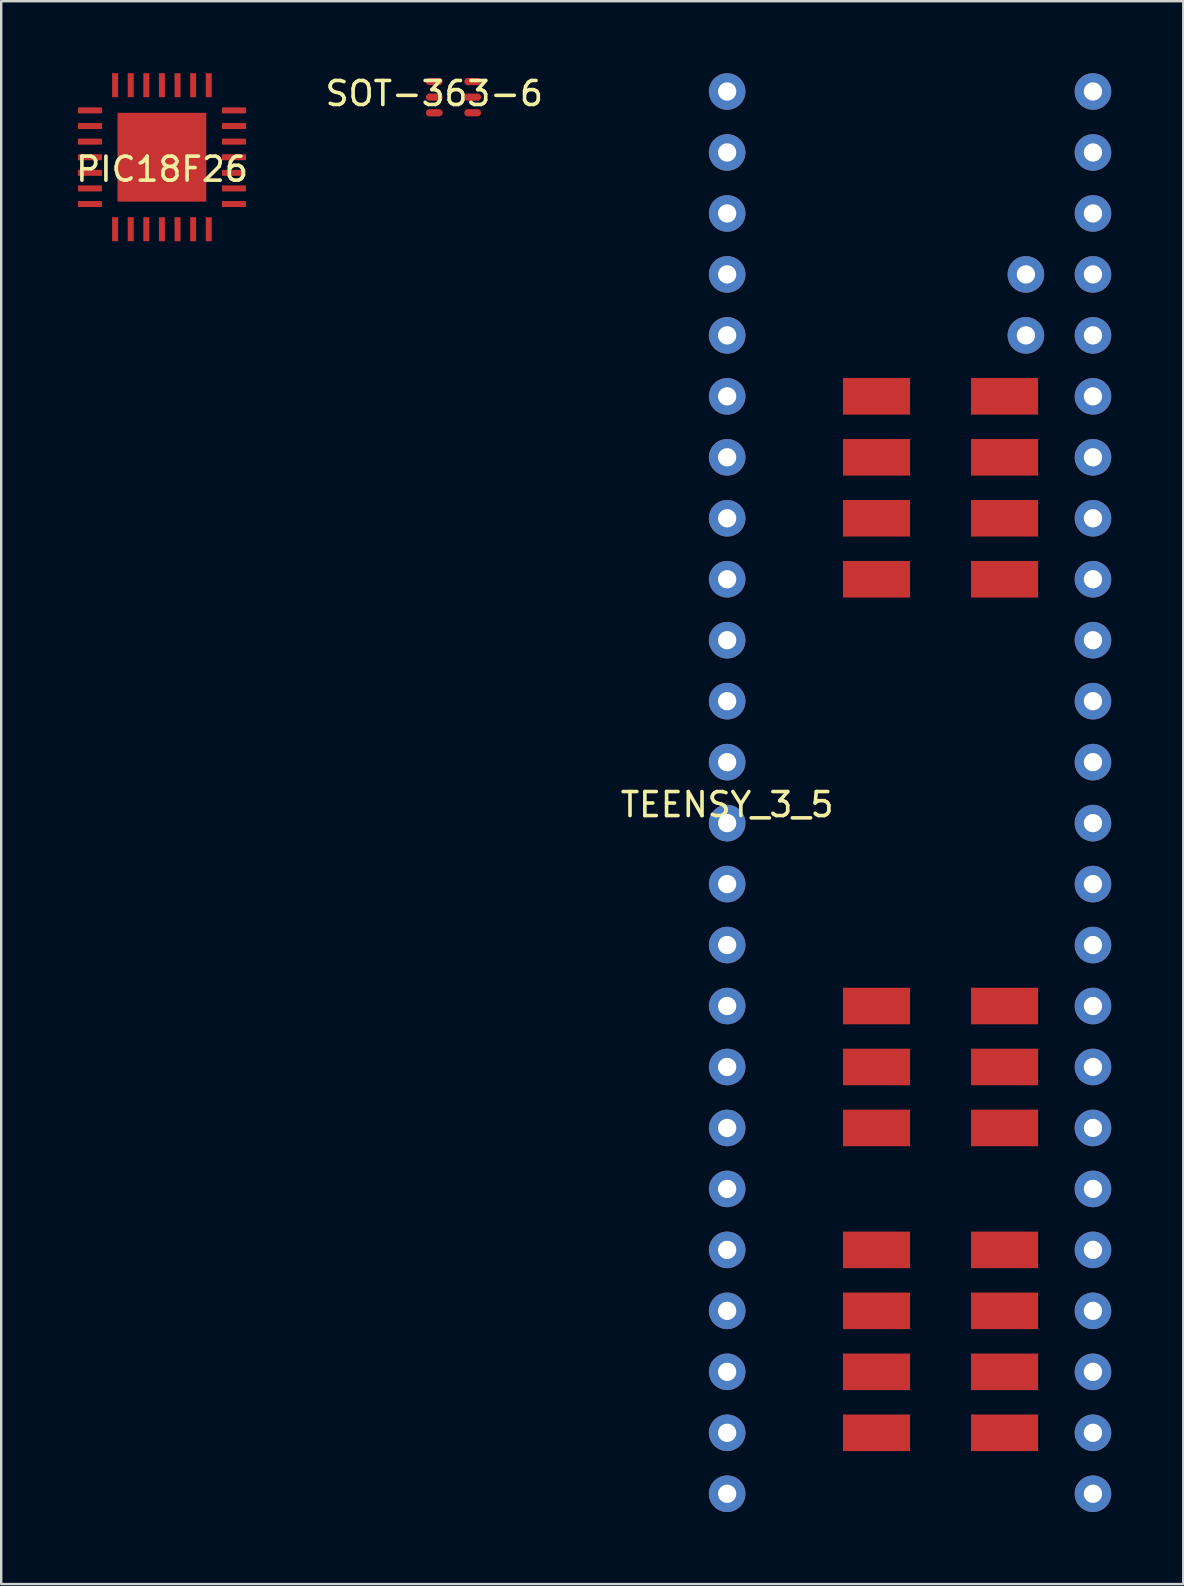
<source format=kicad_pcb>
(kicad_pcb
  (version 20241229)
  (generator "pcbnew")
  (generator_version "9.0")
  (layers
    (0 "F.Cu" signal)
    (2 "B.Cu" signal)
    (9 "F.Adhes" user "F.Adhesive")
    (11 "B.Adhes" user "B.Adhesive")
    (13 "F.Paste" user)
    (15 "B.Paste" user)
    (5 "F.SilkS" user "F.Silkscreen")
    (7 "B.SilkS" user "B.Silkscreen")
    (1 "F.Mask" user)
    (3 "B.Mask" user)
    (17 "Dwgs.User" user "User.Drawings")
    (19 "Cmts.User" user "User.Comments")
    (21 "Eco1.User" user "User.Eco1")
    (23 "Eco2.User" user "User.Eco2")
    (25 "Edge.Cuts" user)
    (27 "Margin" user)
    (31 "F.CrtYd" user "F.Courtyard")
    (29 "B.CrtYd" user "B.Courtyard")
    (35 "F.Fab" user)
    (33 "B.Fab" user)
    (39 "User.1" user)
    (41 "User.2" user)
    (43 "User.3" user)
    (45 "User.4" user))
  (footprint "PIC18F26"
    (layer "F.Cu")
    (at 3.696 3.5)
    (property "Reference" "PIC18F26" (at 0 0.5 0) (layer "F.SilkS") (effects (font (size 1 1) (thickness 0.15))))
    (attr through_hole)
    (pad "1" smd rect (at -3 -1.95) (size 1 0.25) (layers "F.Cu" "F.Mask" "F.Paste"))
    (pad "2" smd rect (at -3 -1.3) (size 1 0.25) (layers "F.Cu" "F.Mask" "F.Paste"))
    (pad "3" smd rect (at -3 -0.65) (size 1 0.25) (layers "F.Cu" "F.Mask" "F.Paste"))
    (pad "4" smd rect (at -3 0) (size 1 0.25) (layers "F.Cu" "F.Mask" "F.Paste"))
    (pad "5" smd rect (at -3 0.65) (size 1 0.25) (layers "F.Cu" "F.Mask" "F.Paste"))
    (pad "6" smd rect (at -3 1.3) (size 1 0.25) (layers "F.Cu" "F.Mask" "F.Paste"))
    (pad "7" smd rect (at -3 1.95) (size 1 0.25) (layers "F.Cu" "F.Mask" "F.Paste"))
    (pad "8" smd rect (at -1.95 3) (size 0.25 1) (layers "F.Cu" "F.Mask" "F.Paste"))
    (pad "9" smd rect (at -1.3 3) (size 0.25 1) (layers "F.Cu" "F.Mask" "F.Paste"))
    (pad "10" smd rect (at -0.65 3) (size 0.25 1) (layers "F.Cu" "F.Mask" "F.Paste"))
    (pad "11" smd rect (at 0 3) (size 0.25 1) (layers "F.Cu" "F.Mask" "F.Paste"))
    (pad "12" smd rect (at 0.65 3) (size 0.25 1) (layers "F.Cu" "F.Mask" "F.Paste"))
    (pad "13" smd rect (at 1.3 3) (size 0.25 1) (layers "F.Cu" "F.Mask" "F.Paste"))
    (pad "14" smd rect (at 1.95 3) (size 0.25 1) (layers "F.Cu" "F.Mask" "F.Paste"))
    (pad "15" smd rect (at 3 1.95) (size 1 0.25) (layers "F.Cu" "F.Mask" "F.Paste"))
    (pad "16" smd rect (at 3 1.3) (size 1 0.25) (layers "F.Cu" "F.Mask" "F.Paste"))
    (pad "17" smd rect (at 3 0.65) (size 1 0.25) (layers "F.Cu" "F.Mask" "F.Paste"))
    (pad "18" smd rect (at 3 0) (size 1 0.25) (layers "F.Cu" "F.Mask" "F.Paste"))
    (pad "19" smd rect (at 3 -0.65) (size 1 0.25) (layers "F.Cu" "F.Mask" "F.Paste"))
    (pad "20" smd rect (at 3 -1.3) (size 1 0.25) (layers "F.Cu" "F.Mask" "F.Paste"))
    (pad "21" smd rect (at 3 -1.95) (size 1 0.25) (layers "F.Cu" "F.Mask" "F.Paste"))
    (pad "22" smd rect (at 1.95 -3) (size 0.25 1) (layers "F.Cu" "F.Mask" "F.Paste"))
    (pad "23" smd rect (at 1.3 -3) (size 0.25 1) (layers "F.Cu" "F.Mask" "F.Paste"))
    (pad "24" smd rect (at 0.65 -3) (size 0.25 1) (layers "F.Cu" "F.Mask" "F.Paste"))
    (pad "25" smd rect (at 0 -3) (size 0.25 1) (layers "F.Cu" "F.Mask" "F.Paste"))
    (pad "26" smd rect (at -0.65 -3) (size 0.25 1) (layers "F.Cu" "F.Mask" "F.Paste"))
    (pad "27" smd rect (at -1.3 -3) (size 0.25 1) (layers "F.Cu" "F.Mask" "F.Paste"))
    (pad "28" smd rect (at -1.95 -3) (size 0.25 1) (layers "F.Cu" "F.Mask" "F.Paste"))
    (pad "29" smd rect (at 0 0) (size 3.7 3.7) (layers "F.Cu" "F.Mask" "F.Paste")))
  (footprint "SOT-363-6"
    (layer "F.Cu")
    (at 15.042 0.348)
    (property "Reference" "SOT-363-6" (at 0 0.5 0) (layer "F.SilkS") (effects (font (size 1 1) (thickness 0.15))))
    (attr through_hole)
    (pad "1" smd oval (at 0 0) (size 0.7 0.3) (layers "F.Cu" "F.Mask" "F.Paste"))
    (pad "2" smd oval (at 0 0.65) (size 0.7 0.3) (layers "F.Cu" "F.Mask" "F.Paste"))
    (pad "3" smd oval (at 0 1.3) (size 0.7 0.3) (layers "F.Cu" "F.Mask" "F.Paste"))
    (pad "4" smd oval (at 1.6 1.3) (size 0.7 0.3) (layers "F.Cu" "F.Mask" "F.Paste"))
    (pad "5" smd oval (at 1.6 0.65) (size 0.7 0.3) (layers "F.Cu" "F.Mask" "F.Paste"))
    (pad "6" smd oval (at 1.6 0) (size 0.7 0.3) (layers "F.Cu" "F.Mask" "F.Paste")))
  (footprint "TEENSY_3_5"
    (layer "F.Cu")
    (at 27.244 59.182)
    (property "Reference" "TEENSY_3_5" (at 0 -28.71 0) (layer "F.SilkS") (effects (font (size 1 1) (thickness 0.15))))
    (attr through_hole)
    (pad "1" thru_hole circle (at 0 -58.42) (size 1.524 1.524) (drill 0.762) (layers "*.Cu" "*.Mask"))
    (pad "2" thru_hole circle (at 0 -55.88) (size 1.524 1.524) (drill 0.762) (layers "*.Cu" "*.Mask"))
    (pad "3" thru_hole circle (at 0 -53.34) (size 1.524 1.524) (drill 0.762) (layers "*.Cu" "*.Mask"))
    (pad "4" thru_hole circle (at 0 -50.8) (size 1.524 1.524) (drill 0.762) (layers "*.Cu" "*.Mask"))
    (pad "5" thru_hole circle (at 0 -48.26) (size 1.524 1.524) (drill 0.762) (layers "*.Cu" "*.Mask"))
    (pad "6" thru_hole circle (at 0 -45.72) (size 1.524 1.524) (drill 0.762) (layers "*.Cu" "*.Mask"))
    (pad "7" thru_hole circle (at 0 -43.18) (size 1.524 1.524) (drill 0.762) (layers "*.Cu" "*.Mask"))
    (pad "8" thru_hole circle (at 0 -40.64) (size 1.524 1.524) (drill 0.762) (layers "*.Cu" "*.Mask"))
    (pad "9" thru_hole circle (at 0 -38.1) (size 1.524 1.524) (drill 0.762) (layers "*.Cu" "*.Mask"))
    (pad "10" thru_hole circle (at 0 -35.56) (size 1.524 1.524) (drill 0.762) (layers "*.Cu" "*.Mask"))
    (pad "11" thru_hole circle (at 0 -33.02) (size 1.524 1.524) (drill 0.762) (layers "*.Cu" "*.Mask"))
    (pad "12" thru_hole circle (at 0 -30.48) (size 1.524 1.524) (drill 0.762) (layers "*.Cu" "*.Mask"))
    (pad "13" thru_hole circle (at 0 -27.94) (size 1.524 1.524) (drill 0.762) (layers "*.Cu" "*.Mask"))
    (pad "14" thru_hole circle (at 0 -25.4) (size 1.524 1.524) (drill 0.762) (layers "*.Cu" "*.Mask"))
    (pad "15" thru_hole circle (at 0 -22.86) (size 1.524 1.524) (drill 0.762) (layers "*.Cu" "*.Mask"))
    (pad "16" thru_hole circle (at 0 -20.32) (size 1.524 1.524) (drill 0.762) (layers "*.Cu" "*.Mask"))
    (pad "17" thru_hole circle (at 0 -17.78) (size 1.524 1.524) (drill 0.762) (layers "*.Cu" "*.Mask"))
    (pad "18" thru_hole circle (at 0 -15.24) (size 1.524 1.524) (drill 0.762) (layers "*.Cu" "*.Mask"))
    (pad "19" thru_hole circle (at 0 -12.7) (size 1.524 1.524) (drill 0.762) (layers "*.Cu" "*.Mask"))
    (pad "20" thru_hole circle (at 0 -10.16) (size 1.524 1.524) (drill 0.762) (layers "*.Cu" "*.Mask"))
    (pad "21" thru_hole circle (at 0 -7.62) (size 1.524 1.524) (drill 0.762) (layers "*.Cu" "*.Mask"))
    (pad "22" thru_hole circle (at 0 -5.08) (size 1.524 1.524) (drill 0.762) (layers "*.Cu" "*.Mask"))
    (pad "23" thru_hole circle (at 0 -2.54) (size 1.524 1.524) (drill 0.762) (layers "*.Cu" "*.Mask"))
    (pad "24" thru_hole circle (at 0 0) (size 1.524 1.524) (drill 0.762) (layers "*.Cu" "*.Mask"))
    (pad "25" thru_hole circle (at 15.24 0) (size 1.524 1.524) (drill 0.762) (layers "*.Cu" "*.Mask"))
    (pad "26" thru_hole circle (at 15.24 -2.54) (size 1.524 1.524) (drill 0.762) (layers "*.Cu" "*.Mask"))
    (pad "27" thru_hole circle (at 15.24 -5.08) (size 1.524 1.524) (drill 0.762) (layers "*.Cu" "*.Mask"))
    (pad "28" thru_hole circle (at 15.24 -7.62) (size 1.524 1.524) (drill 0.762) (layers "*.Cu" "*.Mask"))
    (pad "29" thru_hole circle (at 15.24 -10.16) (size 1.524 1.524) (drill 0.762) (layers "*.Cu" "*.Mask"))
    (pad "30" thru_hole circle (at 15.24 -12.7) (size 1.524 1.524) (drill 0.762) (layers "*.Cu" "*.Mask"))
    (pad "31" thru_hole circle (at 15.24 -15.24) (size 1.524 1.524) (drill 0.762) (layers "*.Cu" "*.Mask"))
    (pad "32" thru_hole circle (at 15.24 -17.78) (size 1.524 1.524) (drill 0.762) (layers "*.Cu" "*.Mask"))
    (pad "33" thru_hole circle (at 15.24 -20.32) (size 1.524 1.524) (drill 0.762) (layers "*.Cu" "*.Mask"))
    (pad "34" thru_hole circle (at 15.24 -22.86) (size 1.524 1.524) (drill 0.762) (layers "*.Cu" "*.Mask"))
    (pad "35" thru_hole circle (at 15.24 -25.4) (size 1.524 1.524) (drill 0.762) (layers "*.Cu" "*.Mask"))
    (pad "36" thru_hole circle (at 15.24 -27.94) (size 1.524 1.524) (drill 0.762) (layers "*.Cu" "*.Mask"))
    (pad "37" thru_hole circle (at 15.24 -30.48) (size 1.524 1.524) (drill 0.762) (layers "*.Cu" "*.Mask"))
    (pad "38" thru_hole circle (at 15.24 -33.02) (size 1.524 1.524) (drill 0.762) (layers "*.Cu" "*.Mask"))
    (pad "39" thru_hole circle (at 15.24 -35.56) (size 1.524 1.524) (drill 0.762) (layers "*.Cu" "*.Mask"))
    (pad "40" thru_hole circle (at 15.24 -38.1) (size 1.524 1.524) (drill 0.762) (layers "*.Cu" "*.Mask"))
    (pad "41" thru_hole circle (at 15.24 -40.64) (size 1.524 1.524) (drill 0.762) (layers "*.Cu" "*.Mask"))
    (pad "42" thru_hole circle (at 15.24 -43.18) (size 1.524 1.524) (drill 0.762) (layers "*.Cu" "*.Mask"))
    (pad "43" thru_hole circle (at 15.24 -45.72) (size 1.524 1.524) (drill 0.762) (layers "*.Cu" "*.Mask"))
    (pad "44" thru_hole circle (at 15.24 -48.26) (size 1.524 1.524) (drill 0.762) (layers "*.Cu" "*.Mask"))
    (pad "45" thru_hole circle (at 15.24 -50.8) (size 1.524 1.524) (drill 0.762) (layers "*.Cu" "*.Mask"))
    (pad "46" thru_hole circle (at 15.24 -53.34) (size 1.524 1.524) (drill 0.762) (layers "*.Cu" "*.Mask"))
    (pad "47" thru_hole circle (at 15.24 -55.88) (size 1.524 1.524) (drill 0.762) (layers "*.Cu" "*.Mask"))
    (pad "48" thru_hole circle (at 15.24 -58.42) (size 1.524 1.524) (drill 0.762) (layers "*.Cu" "*.Mask"))
    (pad "49" smd rect (at 6.223 -20.32) (size 2.794 1.524) (layers "F.Cu" "F.Mask" "F.Paste"))
    (pad "50" smd rect (at 6.223 -17.78) (size 2.794 1.524) (layers "F.Cu" "F.Mask" "F.Paste"))
    (pad "51" smd rect (at 6.223 -15.24) (size 2.794 1.524) (layers "F.Cu" "F.Mask" "F.Paste"))
    (pad "52" smd rect (at 6.223 -10.16) (size 2.794 1.524) (layers "F.Cu" "F.Mask" "F.Paste"))
    (pad "53" smd rect (at 6.223 -7.62) (size 2.794 1.524) (layers "F.Cu" "F.Mask" "F.Paste"))
    (pad "54" smd rect (at 6.223 -5.08) (size 2.794 1.524) (layers "F.Cu" "F.Mask" "F.Paste"))
    (pad "55" smd rect (at 6.223 -2.54) (size 2.794 1.524) (layers "F.Cu" "F.Mask" "F.Paste"))
    (pad "56" smd rect (at 11.557 -2.54) (size 2.794 1.524) (layers "F.Cu" "F.Mask" "F.Paste"))
    (pad "57" smd rect (at 11.557 -5.08) (size 2.794 1.524) (layers "F.Cu" "F.Mask" "F.Paste"))
    (pad "58" smd rect (at 11.557 -7.62) (size 2.794 1.524) (layers "F.Cu" "F.Mask" "F.Paste"))
    (pad "59" thru_hole circle (at 12.446 -48.26) (size 1.524 1.524) (drill 0.762) (layers "*.Cu" "*.Mask"))
    (pad "60" thru_hole circle (at 12.446 -50.8) (size 1.524 1.524) (drill 0.762) (layers "*.Cu" "*.Mask"))
    (pad "61" smd rect (at 11.557 -45.72) (size 2.794 1.524) (layers "F.Cu" "F.Mask" "F.Paste"))
    (pad "62" smd rect (at 11.557 -43.18) (size 2.794 1.524) (layers "F.Cu" "F.Mask" "F.Paste"))
    (pad "63" smd rect (at 11.557 -40.64) (size 2.794 1.524) (layers "F.Cu" "F.Mask" "F.Paste"))
    (pad "64" smd rect (at 11.557 -38.1) (size 2.794 1.524) (layers "F.Cu" "F.Mask" "F.Paste"))
    (pad "65" smd rect (at 11.557 -20.32) (size 2.794 1.524) (layers "F.Cu" "F.Mask" "F.Paste"))
    (pad "66" smd rect (at 11.557 -17.78) (size 2.794 1.524) (layers "F.Cu" "F.Mask" "F.Paste"))
    (pad "67" smd rect (at 11.557 -15.24) (size 2.794 1.524) (layers "F.Cu" "F.Mask" "F.Paste"))
    (pad "68" smd rect (at 11.557 -10.16) (size 2.794 1.524) (layers "F.Cu" "F.Mask" "F.Paste"))
    (pad "69" smd rect (at 6.223 -38.1) (size 2.794 1.524) (layers "F.Cu" "F.Mask" "F.Paste"))
    (pad "70" smd rect (at 6.223 -40.64) (size 2.794 1.524) (layers "F.Cu" "F.Mask" "F.Paste"))
    (pad "71" smd rect (at 6.223 -43.18) (size 2.794 1.524) (layers "F.Cu" "F.Mask" "F.Paste"))
    (pad "72" smd rect (at 6.223 -45.72) (size 2.794 1.524) (layers "F.Cu" "F.Mask" "F.Paste")))
  (gr_rect
    (start -3 -3)
    (end 46.246 62.944)
    (stroke (width 0.1) (type default))
    (fill no)
    (layer "Edge.Cuts")))
</source>
